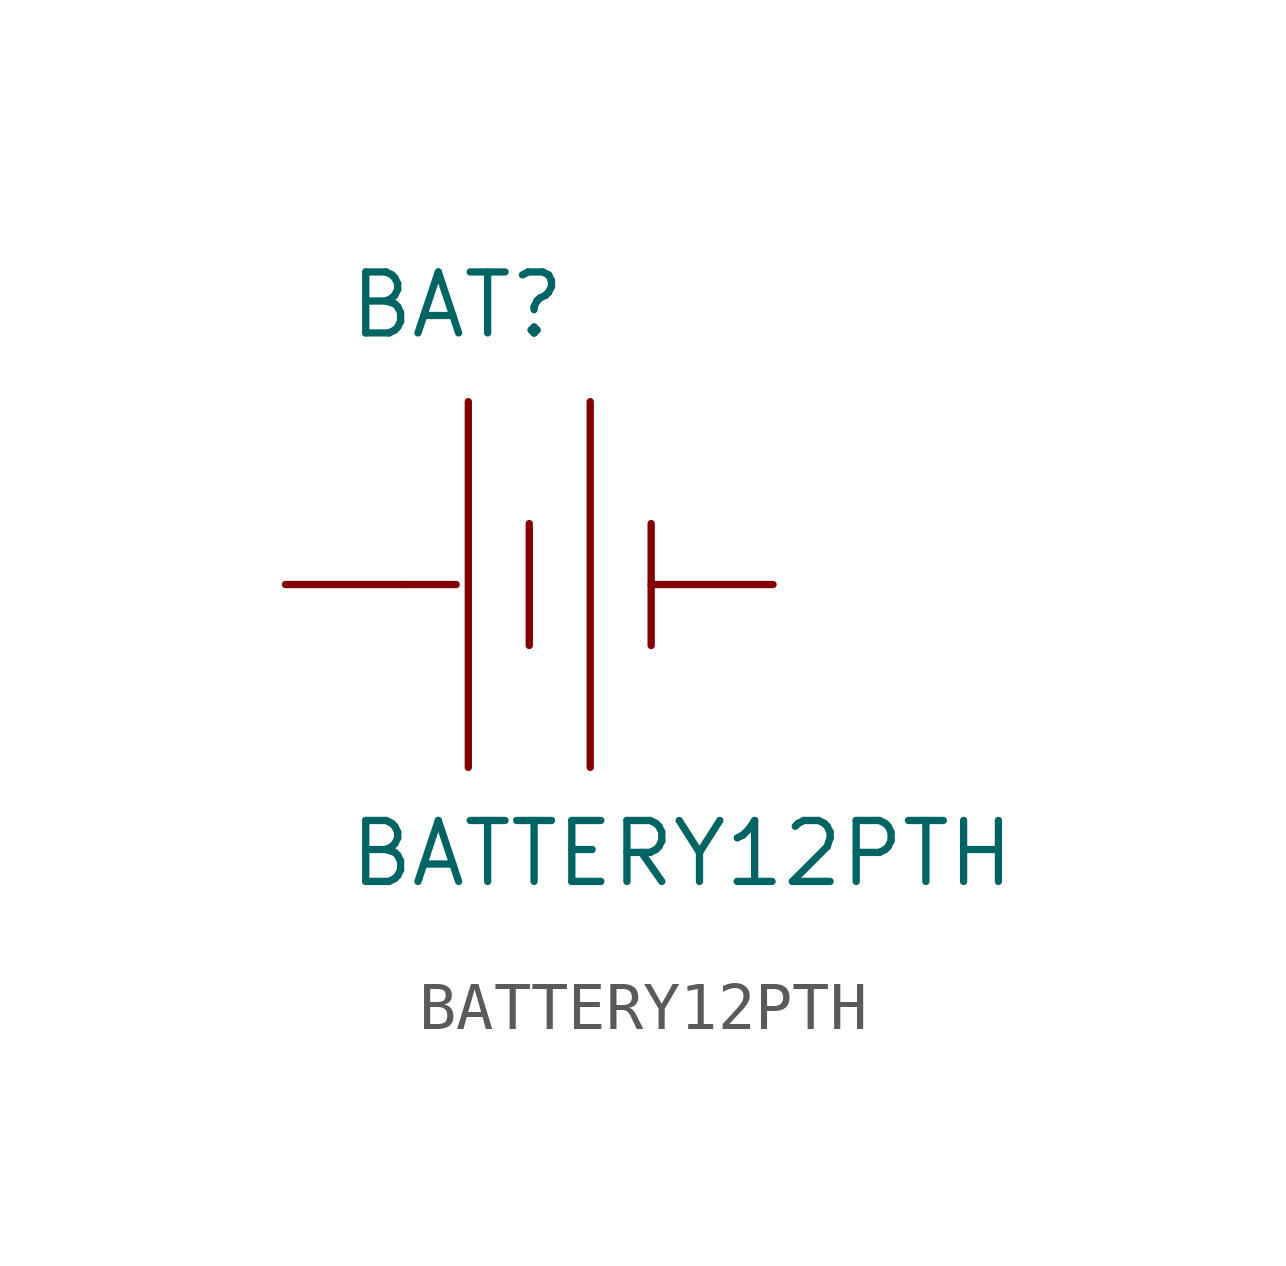
<source format=kicad_sym>
(kicad_symbol_lib
  (version 20220914)
  (generator kicad_symbol_editor)
  (symbol "BATTERY12PTH"
    (pin_numbers hide)
    (pin_names
      (offset 1.016) hide)
    (property "Reference" "BAT"
      (at -3.81 5.08 0)
      (effects (font (size 1.27 1.27)) (justify left bottom)))
    (property "Value" "BATTERY12PTH"
      (at -3.81 -6.35 0)
      (effects (font (size 1.27 1.27)) (justify left bottom)))
    (property "ki_locked" ""
      (at 0 0 0)
      (effects (font (size 1.27 1.27))))
    (symbol "BATTERY12PTH_1_0"
      (polyline (pts (xy -2.54 0) (xy -1.524 0)) (stroke (width 0) (type solid)) (fill (type none)))
      (polyline (pts (xy -1.27 3.81) (xy -1.27 -3.81)) (stroke (width 0) (type solid)) (fill (type none)))
      (polyline (pts (xy 0 1.27) (xy 0 -1.27)) (stroke (width 0) (type solid)) (fill (type none)))
      (polyline (pts (xy 1.27 3.81) (xy 1.27 -3.81)) (stroke (width 0) (type solid)) (fill (type none)))
      (polyline (pts (xy 2.54 1.27) (xy 2.54 -1.27)) (stroke (width 0) (type solid)) (fill (type none))))
    (symbol "BATTERY12PTH_1_1"
      (pin power_in line (at 5.08 0 180) (length 2.54) (name "-" (effects (font (size 1.016 1.016)))) (number "GND" (effects (font (size 1.016 1.016)))))
      (pin power_in line (at -5.08 0 0) (length 2.54) (name "+" (effects (font (size 1.016 1.016)))) (number "VCC@1" (effects (font (size 1.016 1.016))))))))
</source>
